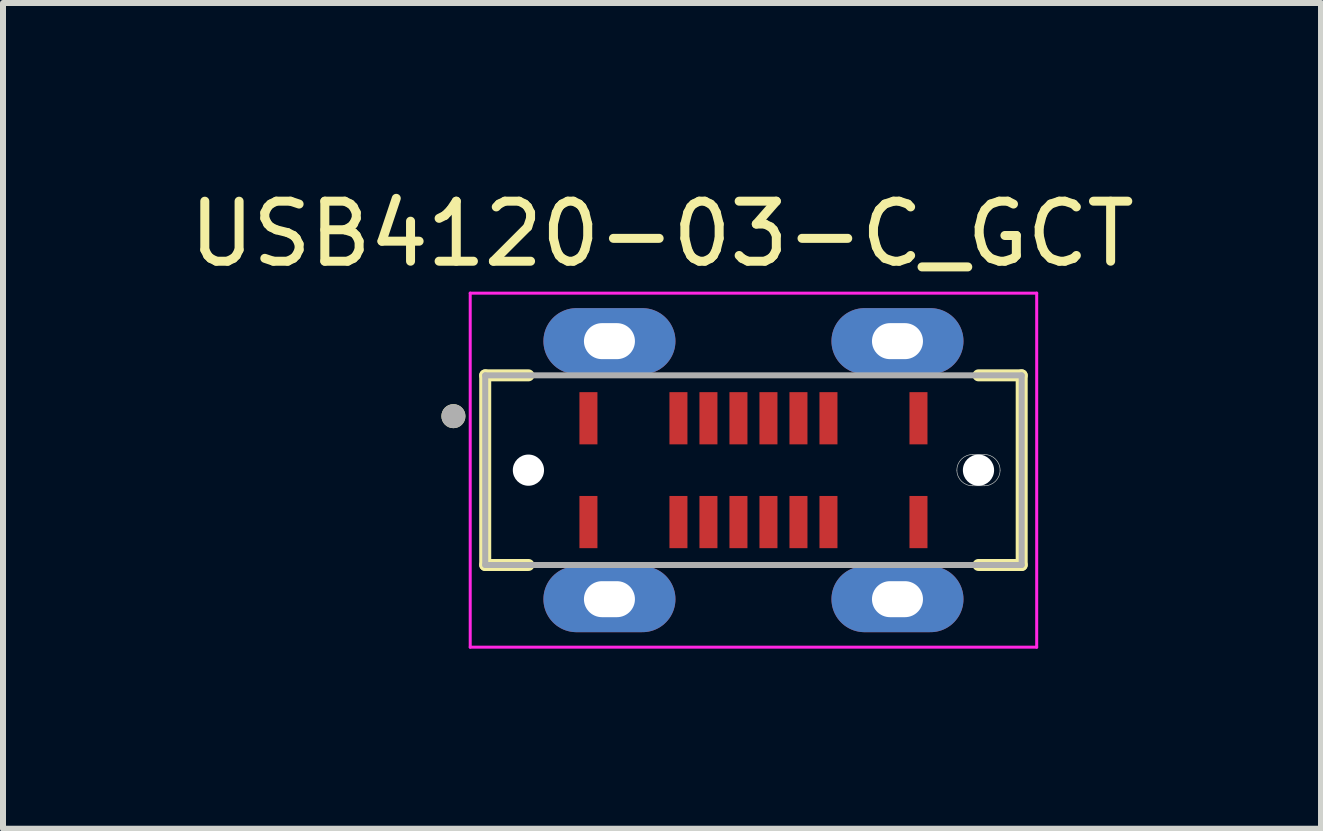
<source format=kicad_pcb>
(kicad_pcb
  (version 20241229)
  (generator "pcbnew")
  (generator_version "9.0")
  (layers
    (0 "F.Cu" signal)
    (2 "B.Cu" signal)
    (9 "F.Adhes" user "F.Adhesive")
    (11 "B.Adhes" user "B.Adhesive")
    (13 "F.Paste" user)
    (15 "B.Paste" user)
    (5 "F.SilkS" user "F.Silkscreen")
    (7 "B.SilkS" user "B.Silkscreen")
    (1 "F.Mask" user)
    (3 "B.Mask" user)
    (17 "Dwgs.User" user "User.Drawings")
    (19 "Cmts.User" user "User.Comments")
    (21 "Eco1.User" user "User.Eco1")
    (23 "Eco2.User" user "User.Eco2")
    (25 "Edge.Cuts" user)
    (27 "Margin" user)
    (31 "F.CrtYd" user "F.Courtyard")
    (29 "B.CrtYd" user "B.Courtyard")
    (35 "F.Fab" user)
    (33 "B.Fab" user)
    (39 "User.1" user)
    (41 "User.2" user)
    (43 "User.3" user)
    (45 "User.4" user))
  (footprint "USB4120-03-C_GCT"
    (layer "F.Cu")
    (at 9.506 4.785)
    (property "Reference" "USB4120-03-C_GCT" (at -1.524 -3.937 0) (layer "F.SilkS") (effects (font (size 1 1) (thickness 0.15))))
    (attr smd)
    (fp_line (start -4.47 -1.58) (end -4.47 1.58) (stroke (width 0.2) (type solid)) (layer "F.SilkS"))
    (fp_line (start -4.47 1.58) (end -3.75 1.58) (stroke (width 0.2) (type solid)) (layer "F.SilkS"))
    (fp_line (start -3.75 -1.58) (end -4.47 -1.58) (stroke (width 0.2) (type solid)) (layer "F.SilkS"))
    (fp_line (start 3.75 -1.58) (end 4.47 -1.58) (stroke (width 0.2) (type solid)) (layer "F.SilkS"))
    (fp_line (start 4.47 -1.58) (end 4.47 1.58) (stroke (width 0.2) (type solid)) (layer "F.SilkS"))
    (fp_line (start 4.47 1.58) (end 3.75 1.58) (stroke (width 0.2) (type solid)) (layer "F.SilkS"))
    (fp_circle (center -5 -0.9) (end -4.9 -0.9) (stroke (width 0.2) (type solid)) (fill no) (layer "F.SilkS"))
    (fp_line (start 3.65 -0.26) (end 3.85 -0.26) (stroke (width 0.01) (type solid)) (layer "Edge.Cuts"))
    (fp_line (start 3.85 0.26) (end 3.65 0.26) (stroke (width 0.01) (type solid)) (layer "Edge.Cuts"))
    (fp_arc (start 3.39 0) (mid 3.466152 -0.183848) (end 3.65 -0.26) (stroke (width 0.01) (type solid)) (layer "Edge.Cuts"))
    (fp_arc (start 3.65 0.26) (mid 3.466152 0.183848) (end 3.39 0) (stroke (width 0.01) (type solid)) (layer "Edge.Cuts"))
    (fp_arc (start 3.85 -0.26) (mid 4.033848 -0.183848) (end 4.11 0) (stroke (width 0.01) (type solid)) (layer "Edge.Cuts"))
    (fp_arc (start 4.11 0) (mid 4.033848 0.183848) (end 3.85 0.26) (stroke (width 0.01) (type solid)) (layer "Edge.Cuts"))
    (fp_line (start -4.72 -2.95) (end 4.72 -2.95) (stroke (width 0.05) (type solid)) (layer "F.CrtYd"))
    (fp_line (start -4.72 2.95) (end -4.72 -2.95) (stroke (width 0.05) (type solid)) (layer "F.CrtYd"))
    (fp_line (start 4.72 -2.95) (end 4.72 2.95) (stroke (width 0.05) (type solid)) (layer "F.CrtYd"))
    (fp_line (start 4.72 2.95) (end -4.72 2.95) (stroke (width 0.05) (type solid)) (layer "F.CrtYd"))
    (fp_line (start -4.47 -1.58) (end 4.47 -1.58) (stroke (width 0.1) (type solid)) (layer "F.Fab"))
    (fp_line (start -4.47 1.58) (end -4.47 -1.58) (stroke (width 0.1) (type solid)) (layer "F.Fab"))
    (fp_line (start 4.47 -1.58) (end 4.47 1.58) (stroke (width 0.1) (type solid)) (layer "F.Fab"))
    (fp_line (start 4.47 1.58) (end -4.47 1.58) (stroke (width 0.1) (type solid)) (layer "F.Fab"))
    (fp_circle (center -5 -0.9) (end -4.9 -0.9) (stroke (width 0.2) (type solid)) (fill no) (layer "F.Fab"))
    (pad "" np_thru_hole circle (at -3.75 0) (size 0.52 0.52) (drill 0.52) (layers "*.Cu" "*.Mask"))
    (pad "" np_thru_hole circle (at 3.75 0) (size 0.52 0.52) (drill 0.52) (layers "*.Cu" "*.Mask"))
    (pad "A1" smd rect (at -2.75 -0.865) (size 0.3 0.87) (layers "F.Cu" "F.Mask" "F.Paste"))
    (pad "A4" smd rect (at -1.25 -0.865) (size 0.3 0.87) (layers "F.Cu" "F.Mask" "F.Paste"))
    (pad "A5" smd rect (at -0.75 -0.865) (size 0.3 0.87) (layers "F.Cu" "F.Mask" "F.Paste"))
    (pad "A6" smd rect (at -0.25 -0.865) (size 0.3 0.87) (layers "F.Cu" "F.Mask" "F.Paste"))
    (pad "A7" smd rect (at 0.25 -0.865) (size 0.3 0.87) (layers "F.Cu" "F.Mask" "F.Paste"))
    (pad "A8" smd rect (at 0.75 -0.865) (size 0.3 0.87) (layers "F.Cu" "F.Mask" "F.Paste"))
    (pad "A9" smd rect (at 1.25 -0.865) (size 0.3 0.87) (layers "F.Cu" "F.Mask" "F.Paste"))
    (pad "A12" smd rect (at 2.75 -0.865) (size 0.3 0.87) (layers "F.Cu" "F.Mask" "F.Paste"))
    (pad "B1" smd rect (at 2.75 0.865) (size 0.3 0.87) (layers "F.Cu" "F.Mask" "F.Paste"))
    (pad "B4" smd rect (at 1.25 0.865) (size 0.3 0.87) (layers "F.Cu" "F.Mask" "F.Paste"))
    (pad "B5" smd rect (at 0.75 0.865) (size 0.3 0.87) (layers "F.Cu" "F.Mask" "F.Paste"))
    (pad "B6" smd rect (at 0.25 0.865) (size 0.3 0.87) (layers "F.Cu" "F.Mask" "F.Paste"))
    (pad "B7" smd rect (at -0.25 0.865) (size 0.3 0.87) (layers "F.Cu" "F.Mask" "F.Paste"))
    (pad "B8" smd rect (at -0.75 0.865) (size 0.3 0.87) (layers "F.Cu" "F.Mask" "F.Paste"))
    (pad "B9" smd rect (at -1.25 0.865) (size 0.3 0.87) (layers "F.Cu" "F.Mask" "F.Paste"))
    (pad "B12" smd rect (at -2.75 0.865) (size 0.3 0.87) (layers "F.Cu" "F.Mask" "F.Paste"))
    (pad "S1" thru_hole oval (at -2.4 -2.15) (size 2.2 1.1) (drill oval 0.85 0.6) (layers "*.Cu" "*.Mask"))
    (pad "S1" thru_hole oval (at -2.4 2.15) (size 2.2 1.1) (drill oval 0.85 0.6) (layers "*.Cu" "*.Mask"))
    (pad "S1" thru_hole oval (at 2.4 -2.15) (size 2.2 1.1) (drill oval 0.85 0.6) (layers "*.Cu" "*.Mask"))
    (pad "S1" thru_hole oval (at 2.4 2.15) (size 2.2 1.1) (drill oval 0.85 0.6) (layers "*.Cu" "*.Mask")))
  (gr_rect
    (start -3 -3)
    (end 18.964 10.76)
    (stroke (width 0.1) (type default))
    (fill no)
    (layer "Edge.Cuts")))
</source>
